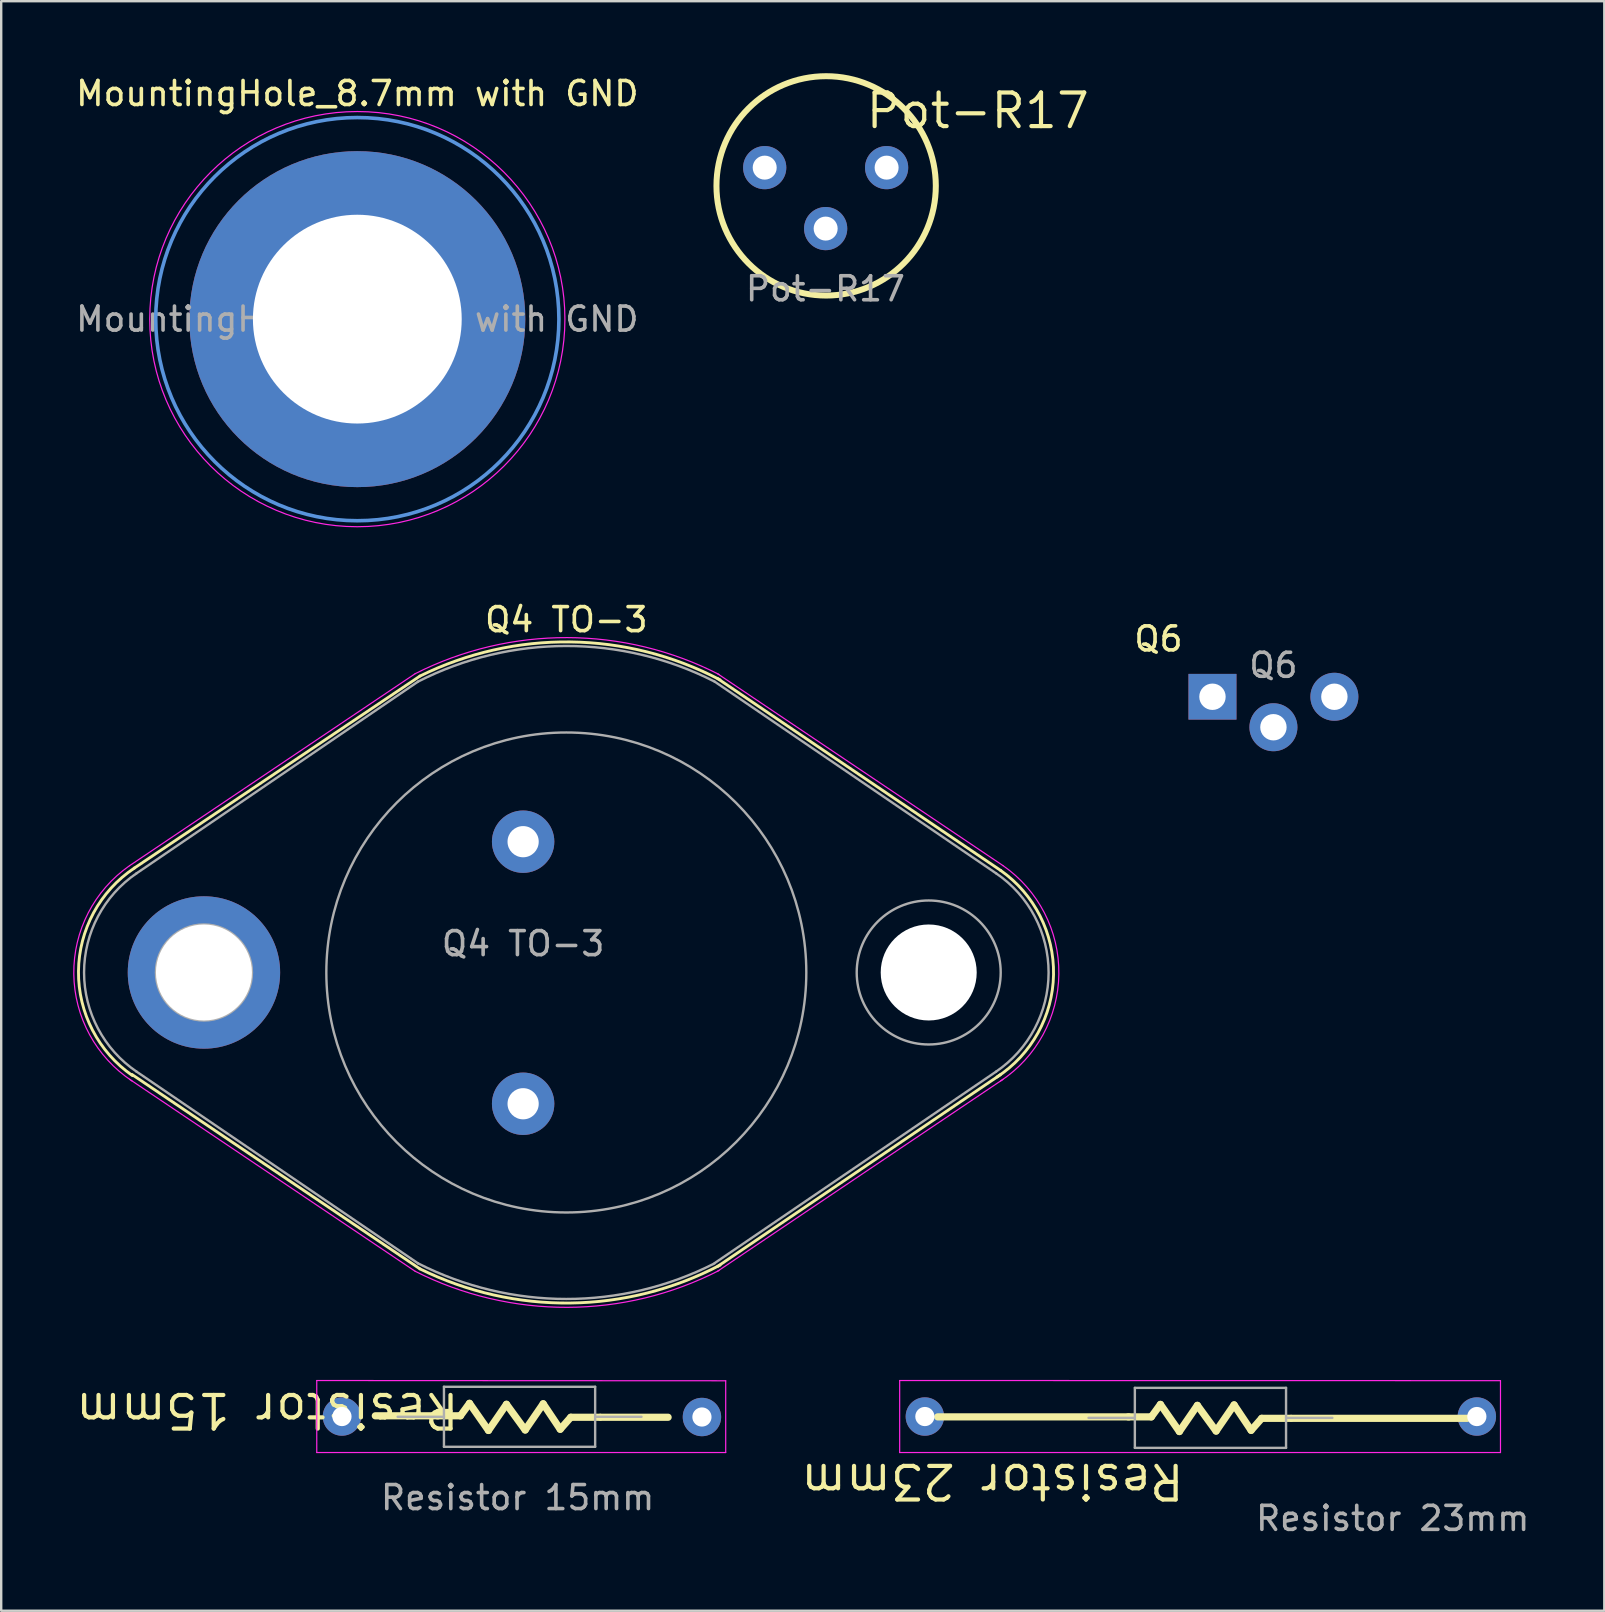
<source format=kicad_pcb>
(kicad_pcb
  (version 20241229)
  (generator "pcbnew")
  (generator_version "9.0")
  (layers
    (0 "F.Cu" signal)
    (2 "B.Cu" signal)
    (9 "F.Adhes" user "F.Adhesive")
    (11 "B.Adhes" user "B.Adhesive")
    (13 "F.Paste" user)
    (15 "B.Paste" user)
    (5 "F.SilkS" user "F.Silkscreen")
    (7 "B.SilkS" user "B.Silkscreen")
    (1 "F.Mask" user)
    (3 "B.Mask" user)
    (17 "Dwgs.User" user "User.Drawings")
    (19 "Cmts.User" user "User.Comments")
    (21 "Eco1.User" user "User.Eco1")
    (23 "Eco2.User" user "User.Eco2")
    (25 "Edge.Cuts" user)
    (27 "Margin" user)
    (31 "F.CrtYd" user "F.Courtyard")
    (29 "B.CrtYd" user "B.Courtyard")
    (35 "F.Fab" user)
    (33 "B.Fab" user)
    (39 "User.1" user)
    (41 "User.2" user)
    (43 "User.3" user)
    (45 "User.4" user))
  (footprint "Resistor 15mm"
    (layer "F.Cu")
    (at 18.539 55.955)
    (property "Reference" "Resistor 15mm" (at -10.45 -0.24 180) (unlocked yes) (layer "F.SilkS") (effects (font (size 1.4 1.4) (thickness 0.175))))
    (attr through_hole)
    (fp_line (start -3.365 -0.01) (end -2.405 -0.01) (stroke (width 0.3) (type default)) (layer "F.SilkS"))
    (fp_line (start -3.34 -0.01) (end -5.95 -0.01) (stroke (width 0.3) (type default)) (layer "F.SilkS"))
    (fp_line (start -2.405 -0.01) (end -2.025 -0.53) (stroke (width 0.3) (type default)) (layer "F.SilkS"))
    (fp_line (start -2.025 -0.53) (end -1.235 0.6) (stroke (width 0.3) (type default)) (layer "F.SilkS"))
    (fp_line (start -1.235 0.6) (end -0.485 -0.49) (stroke (width 0.3) (type default)) (layer "F.SilkS"))
    (fp_line (start -0.485 -0.49) (end 0.295 0.58) (stroke (width 0.3) (type default)) (layer "F.SilkS"))
    (fp_line (start 0.295 0.58) (end 1.045 -0.51) (stroke (width 0.3) (type default)) (layer "F.SilkS"))
    (fp_line (start 1.045 -0.51) (end 1.755 0.55) (stroke (width 0.3) (type default)) (layer "F.SilkS"))
    (fp_line (start 1.755 0.55) (end 2.195 0.05) (stroke (width 0.3) (type default)) (layer "F.SilkS"))
    (fp_line (start 2.195 0.05) (end 3.405 0.05) (stroke (width 0.3) (type default)) (layer "F.SilkS"))
    (fp_line (start 3.44 0.05) (end 6.25 0.05) (stroke (width 0.3) (type default)) (layer "F.SilkS"))
    (fp_line (start -8.39 -1.48) (end -8.39 1.52) (stroke (width 0.05) (type solid)) (layer "F.CrtYd"))
    (fp_line (start -8.39 1.52) (end 8.65 1.52) (stroke (width 0.05) (type solid)) (layer "F.CrtYd"))
    (fp_line (start 8.65 -1.47) (end -8.39 -1.48) (stroke (width 0.05) (type solid)) (layer "F.CrtYd"))
    (fp_line (start 8.65 1.52) (end 8.65 -1.47) (stroke (width 0.05) (type solid)) (layer "F.CrtYd"))
    (fp_line (start -5.02 0.03) (end -3.09 0.03) (stroke (width 0.1) (type solid)) (layer "F.Fab"))
    (fp_line (start -3.09 -1.22) (end -3.09 1.28) (stroke (width 0.1) (type solid)) (layer "F.Fab"))
    (fp_line (start -3.09 1.28) (end 3.21 1.28) (stroke (width 0.1) (type solid)) (layer "F.Fab"))
    (fp_line (start 3.21 -1.22) (end -3.09 -1.22) (stroke (width 0.1) (type solid)) (layer "F.Fab"))
    (fp_line (start 3.21 1.28) (end 3.21 -1.22) (stroke (width 0.1) (type solid)) (layer "F.Fab"))
    (fp_line (start 5.14 0.03) (end 3.21 0.03) (stroke (width 0.1) (type solid)) (layer "F.Fab"))
    (fp_text user "${REFERENCE}" (at -0.02 3.4 0) (unlocked yes) (layer "F.Fab") (effects (font (size 1 1) (thickness 0.15))))
    (pad "1" thru_hole circle (at -7.34 0.02) (size 1.6 1.6) (drill 0.8) (layers "*.Cu" "*.Mask"))
    (pad "2" thru_hole oval (at 7.66 0.04) (size 1.6 1.6) (drill 0.8) (layers "*.Cu" "*.Mask")))
  (footprint "Q4 TO-3"
    (layer "F.Cu")
    (at 18.748 32.022)
    (property "Reference" "Q4 TO-3" (at 1.8 -9.25 180) (layer "F.SilkS") (effects (font (size 1 1) (thickness 0.15))))
    (attr through_hole)
    (fp_line (start -4.3 -6.9) (end -16.2 1.1) (stroke (width 0.12) (type solid)) (layer "F.SilkS"))
    (fp_line (start -4.3 17.8) (end -16.3 9.7) (stroke (width 0.12) (type solid)) (layer "F.SilkS"))
    (fp_line (start 8.1 -6.8) (end 19.9 1.2) (stroke (width 0.12) (type solid)) (layer "F.SilkS"))
    (fp_line (start 8.1 17.7) (end 19.9 9.7) (stroke (width 0.12) (type solid)) (layer "F.SilkS"))
    (fp_arc (start -16.276967 9.747694) (mid -18.527843 5.403471) (end -16.2 1.1) (stroke (width 0.12) (type solid)) (layer "F.SilkS"))
    (fp_arc (start -4.3 -6.9) (mid 1.971643 -8.323273) (end 8.20587 -6.744152) (stroke (width 0.12) (type solid)) (layer "F.SilkS"))
    (fp_arc (start 8.20587 17.644152) (mid 1.971643 19.223273) (end -4.3 17.8) (stroke (width 0.12) (type solid)) (layer "F.SilkS"))
    (fp_arc (start 19.9 1.2) (mid 22.101343 5.542388) (end 19.747176 9.803859) (stroke (width 0.12) (type solid)) (layer "F.SilkS"))
    (fp_line (start -4.5 -7) (end -16.4 1) (stroke (width 0.05) (type solid)) (layer "F.CrtYd"))
    (fp_line (start -4.5 17.9) (end -16.4 9.9) (stroke (width 0.05) (type solid)) (layer "F.CrtYd"))
    (fp_line (start 8.1 -7) (end 20 1) (stroke (width 0.05) (type solid)) (layer "F.CrtYd"))
    (fp_line (start 8.1 17.9) (end 20 9.9) (stroke (width 0.05) (type solid)) (layer "F.CrtYd"))
    (fp_arc (start -16.296319 9.970461) (mid -18.722967 5.512679) (end -16.4 1) (stroke (width 0.05) (type solid)) (layer "F.CrtYd"))
    (fp_arc (start -4.5 -7) (mid 1.838841 -8.503171) (end 8.169214 -6.964733) (stroke (width 0.05) (type solid)) (layer "F.CrtYd"))
    (fp_arc (start 8.169214 17.864733) (mid 1.838841 19.403171) (end -4.5 17.9) (stroke (width 0.05) (type solid)) (layer "F.CrtYd"))
    (fp_arc (start 20 1) (mid 22.322967 5.512679) (end 19.896319 9.970461) (stroke (width 0.05) (type solid)) (layer "F.CrtYd"))
    (fp_line (start -4.38 -6.67) (end -16.11 1.32) (stroke (width 0.1) (type solid)) (layer "F.Fab"))
    (fp_line (start -4.38 17.57) (end -16.11 9.58) (stroke (width 0.1) (type solid)) (layer "F.Fab"))
    (fp_line (start 7.98 -6.67) (end 19.71 1.32) (stroke (width 0.1) (type solid)) (layer "F.Fab"))
    (fp_line (start 7.98 17.56) (end 19.71 9.58) (stroke (width 0.1) (type solid)) (layer "F.Fab"))
    (fp_arc (start -16.105547 9.583026) (mid -18.295297 5.452692) (end -16.11 1.32) (stroke (width 0.1) (type solid)) (layer "F.Fab"))
    (fp_arc (start -4.38 -6.67) (mid 1.795945 -8.15466) (end 7.972773 -6.673682) (stroke (width 0.1) (type solid)) (layer "F.Fab"))
    (fp_arc (start 7.972773 17.573682) (mid 1.795945 19.05466) (end -4.38 17.57) (stroke (width 0.1) (type solid)) (layer "F.Fab"))
    (fp_arc (start 19.71 1.32) (mid 21.895297 5.452692) (end 19.705547 9.583026) (stroke (width 0.1) (type solid)) (layer "F.Fab"))
    (fp_circle (center -13.3 5.45) (end -15.3 5.45) (stroke (width 0.1) (type solid)) (fill no) (layer "F.Fab"))
    (fp_circle (center 1.8 5.45) (end 11.8 5.45) (stroke (width 0.1) (type solid)) (fill no) (layer "F.Fab"))
    (fp_circle (center 16.9 5.45) (end 19.9 5.45) (stroke (width 0.1) (type solid)) (fill no) (layer "F.Fab"))
    (fp_text user "${REFERENCE}" (at 0 4.25 180) (layer "F.Fab") (effects (font (size 1 1) (thickness 0.15))))
    (pad "" np_thru_hole circle (at 16.9 5.45) (size 4 4) (drill 4) (layers "*.Cu" "*.Mask"))
    (pad "1" thru_hole circle (at 0 0) (size 2.6 2.6) (drill 1.3) (layers "*.Cu" "*.Mask"))
    (pad "2" thru_hole circle (at 0 10.92) (size 2.6 2.6) (drill 1.3) (layers "*.Cu" "*.Mask"))
    (pad "3" thru_hole circle (at -13.3 5.45) (size 6.35 6.35) (drill 4) (layers "*.Cu" "*.Mask")))
  (footprint "Q6"
    (layer "F.Cu")
    (at 50.012 22.173)
    (property "Reference" "Q6" (at -4.79 1.4 0) (unlocked yes) (layer "F.SilkS") (effects (font (size 1 1) (thickness 0.15))))
    (attr through_hole)
    (fp_text user "${REFERENCE}" (at 0 2.5 0) (unlocked yes) (layer "F.Fab") (effects (font (size 1 1) (thickness 0.15))))
    (pad "1" thru_hole rect (at -2.54 3.81 270) (size 1.905 2) (drill 1.1) (layers "*.Cu" "*.Mask"))
    (pad "2" thru_hole circle (at 2.54 3.81 270) (size 2 2) (drill 1.1) (layers "*.Cu" "*.Mask"))
    (pad "3" thru_hole circle (at 0 5.08 180) (size 2 2) (drill 1.1) (layers "*.Cu" "*.Mask")))
  (footprint "Resistor 23mm"
    (layer "F.Cu")
    (at 47.383 55.99)
    (property "Reference" "Resistor 23mm" (at -9.08 2.68 180) (unlocked yes) (layer "F.SilkS") (effects (font (size 1.4 1.4) (thickness 0.175))))
    (attr through_hole)
    (fp_line (start -3.42 0) (end -2.46 0) (stroke (width 0.3) (type default)) (layer "F.SilkS"))
    (fp_line (start -3.395 0) (end -11.36 0) (stroke (width 0.3) (type default)) (layer "F.SilkS"))
    (fp_line (start -2.46 0) (end -2.08 -0.52) (stroke (width 0.3) (type default)) (layer "F.SilkS"))
    (fp_line (start -2.08 -0.52) (end -1.29 0.61) (stroke (width 0.3) (type default)) (layer "F.SilkS"))
    (fp_line (start -1.29 0.61) (end -0.54 -0.48) (stroke (width 0.3) (type default)) (layer "F.SilkS"))
    (fp_line (start -0.54 -0.48) (end 0.24 0.59) (stroke (width 0.3) (type default)) (layer "F.SilkS"))
    (fp_line (start 0.24 0.59) (end 0.99 -0.5) (stroke (width 0.3) (type default)) (layer "F.SilkS"))
    (fp_line (start 0.99 -0.5) (end 1.7 0.56) (stroke (width 0.3) (type default)) (layer "F.SilkS"))
    (fp_line (start 1.7 0.56) (end 2.14 0.06) (stroke (width 0.3) (type default)) (layer "F.SilkS"))
    (fp_line (start 2.14 0.06) (end 3.35 0.06) (stroke (width 0.3) (type default)) (layer "F.SilkS"))
    (fp_line (start 3.385 0.06) (end 10.7 0.06) (stroke (width 0.3) (type default)) (layer "F.SilkS"))
    (fp_line (start -12.945 -1.515) (end -12.945 1.485) (stroke (width 0.05) (type solid)) (layer "F.CrtYd"))
    (fp_line (start -12.945 1.485) (end 12.09 1.485) (stroke (width 0.05) (type solid)) (layer "F.CrtYd"))
    (fp_line (start 12.09 -1.51) (end -12.945 -1.515) (stroke (width 0.05) (type solid)) (layer "F.CrtYd"))
    (fp_line (start 12.09 1.485) (end 12.09 -1.51) (stroke (width 0.05) (type solid)) (layer "F.CrtYd"))
    (fp_line (start -5.075 0.04) (end -3.145 0.04) (stroke (width 0.1) (type solid)) (layer "F.Fab"))
    (fp_line (start -3.145 -1.21) (end -3.145 1.29) (stroke (width 0.1) (type solid)) (layer "F.Fab"))
    (fp_line (start -3.145 1.29) (end 3.155 1.29) (stroke (width 0.1) (type solid)) (layer "F.Fab"))
    (fp_line (start 3.155 -1.21) (end -3.145 -1.21) (stroke (width 0.1) (type solid)) (layer "F.Fab"))
    (fp_line (start 3.155 1.29) (end 3.155 -1.21) (stroke (width 0.1) (type solid)) (layer "F.Fab"))
    (fp_line (start 5.085 0.04) (end 3.155 0.04) (stroke (width 0.1) (type solid)) (layer "F.Fab"))
    (fp_text user "${REFERENCE}" (at 7.6 4.23 0) (unlocked yes) (layer "F.Fab") (effects (font (size 1 1) (thickness 0.15))))
    (pad "1" thru_hole circle (at -11.895 -0.015) (size 1.6 1.6) (drill 0.8) (layers "*.Cu" "*.Mask"))
    (pad "2" thru_hole oval (at 11.105 -0.015) (size 1.6 1.6) (drill 0.8) (layers "*.Cu" "*.Mask")))
  (footprint "Pot-R17"
    (layer "F.Cu")
    (at 31.344 6.485)
    (property "Reference" "Pot-R17" (at 6.35 -4.92 0) (unlocked yes) (layer "F.SilkS") (effects (font (size 1.4 1.4) (thickness 0.175))))
    (attr through_hole)
    (fp_circle (center 0.03 -1.79) (end 4.6 -1.79) (stroke (width 0.25) (type default)) (fill no) (layer "F.SilkS"))
    (fp_text user "${REFERENCE}" (at 0 2.5 0) (unlocked yes) (layer "F.Fab") (effects (font (size 1 1) (thickness 0.15))))
    (pad "1" thru_hole circle (at 2.55 -2.55) (size 1.8 1.8) (drill 1) (layers "*.Cu" "*.Mask"))
    (pad "2" thru_hole circle (at 0.01 -0.01) (size 1.8 1.8) (drill 1) (layers "*.Cu" "*.Mask"))
    (pad "3" thru_hole circle (at -2.53 -2.55) (size 1.8 1.8) (drill 1) (layers "*.Cu" "*.Mask")))
  (footprint "MountingHole_8.7mm with GND"
    (layer "F.Cu")
    (at 11.839 10.248)
    (property "Reference" "MountingHole_8.7mm with GND" (at 0 -9.4 0) (layer "F.SilkS") (effects (font (size 1 1) (thickness 0.15))))
    (attr exclude_from_pos_files exclude_from_bom)
    (fp_circle (center 0 0) (end 8.4 0) (stroke (width 0.15) (type solid)) (fill no) (layer "Cmts.User"))
    (fp_circle (center 0 0) (end 8.65 0) (stroke (width 0.05) (type solid)) (fill no) (layer "F.CrtYd"))
    (fp_text user "${REFERENCE}" (at 0 0 0) (layer "F.Fab") (effects (font (size 1 1) (thickness 0.15))))
    (pad "" thru_hole circle (at 0 0) (size 14 14) (drill 8.7) (layers "*.Cu" "*.Mask")))
  (gr_rect
    (start -3 -3)
    (end 63.799 64.068)
    (stroke (width 0.1) (type default))
    (fill no)
    (layer "Edge.Cuts")))
</source>
